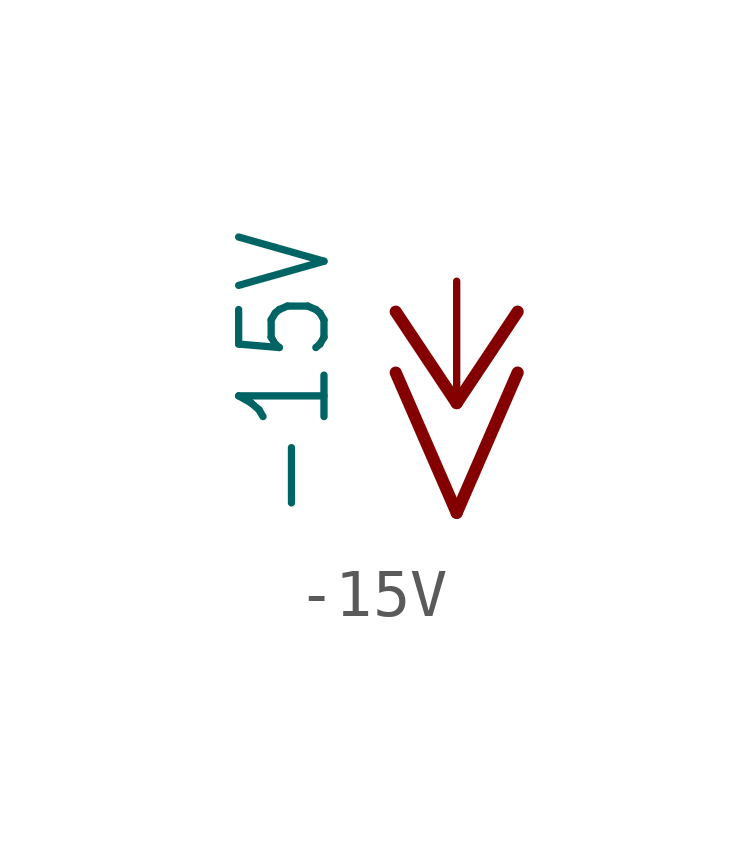
<source format=kicad_sym>
(kicad_symbol_lib
  (version 20211014)
  (generator kicad_symbol_editor)
  (symbol "-15V"
    (power)
    (property "Reference" "#P-"
      (at 0 0 0)
      (effects (font (size 1.27 1.27)) hide))
    (property "Value" "-15V"
      (at -2.54 -2.54 90)
      (effects (font (size 1.778 1.511)) (justify left bottom)))
    (property "ki_locked" ""
      (at 0 0 0)
      (effects (font (size 1.27 1.27))))
    (symbol "-15V_1_0"
      (polyline (pts (xy -1.27 0.635) (xy 0 -2.286)) (stroke (width 0.254) (type default) (color 0 0 0 0)) (fill (type none)))
      (polyline (pts (xy -1.27 1.905) (xy 0 0)) (stroke (width 0.254) (type default) (color 0 0 0 0)) (fill (type none)))
      (polyline (pts (xy 0 -2.286) (xy 1.27 0.635)) (stroke (width 0.254) (type default) (color 0 0 0 0)) (fill (type none)))
      (polyline (pts (xy 0 0) (xy 1.27 1.905)) (stroke (width 0.254) (type default) (color 0 0 0 0)) (fill (type none)))
      (pin power_in line (at 0 2.54 270) (length 2.54) (name "-15V" (effects (font (size 0 0)))) (number "1" (effects (font (size 0 0))))))))
</source>
